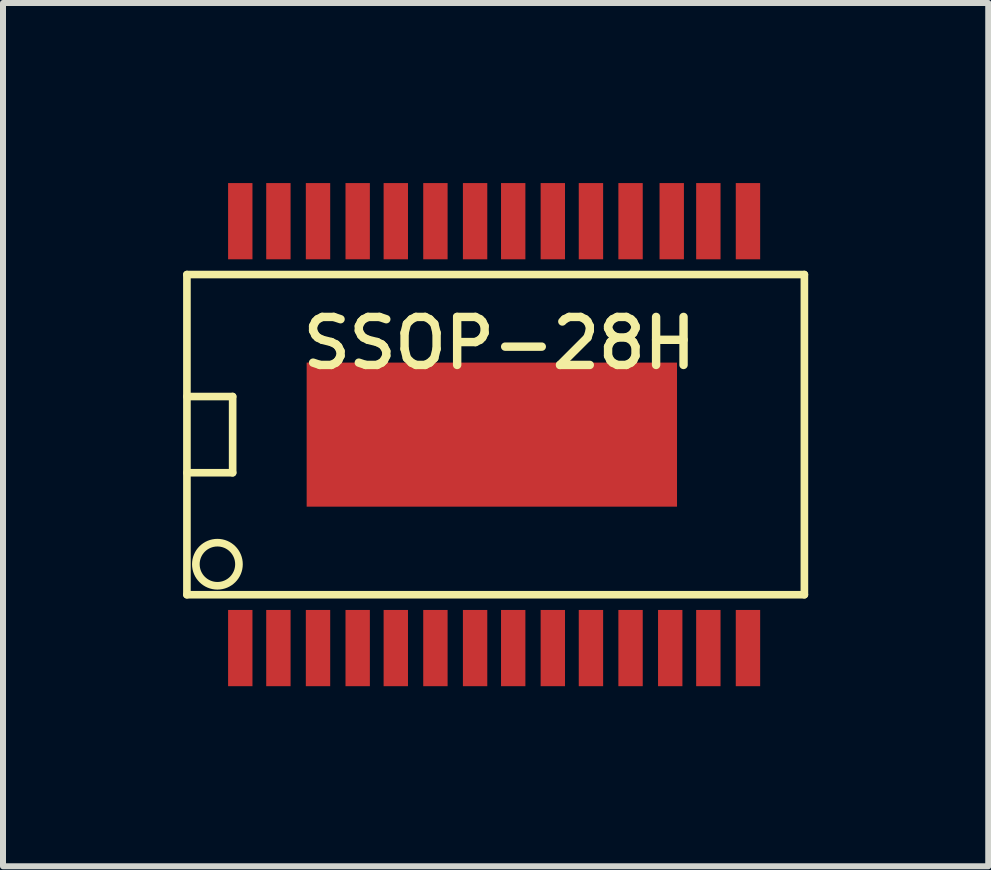
<source format=kicad_pcb>
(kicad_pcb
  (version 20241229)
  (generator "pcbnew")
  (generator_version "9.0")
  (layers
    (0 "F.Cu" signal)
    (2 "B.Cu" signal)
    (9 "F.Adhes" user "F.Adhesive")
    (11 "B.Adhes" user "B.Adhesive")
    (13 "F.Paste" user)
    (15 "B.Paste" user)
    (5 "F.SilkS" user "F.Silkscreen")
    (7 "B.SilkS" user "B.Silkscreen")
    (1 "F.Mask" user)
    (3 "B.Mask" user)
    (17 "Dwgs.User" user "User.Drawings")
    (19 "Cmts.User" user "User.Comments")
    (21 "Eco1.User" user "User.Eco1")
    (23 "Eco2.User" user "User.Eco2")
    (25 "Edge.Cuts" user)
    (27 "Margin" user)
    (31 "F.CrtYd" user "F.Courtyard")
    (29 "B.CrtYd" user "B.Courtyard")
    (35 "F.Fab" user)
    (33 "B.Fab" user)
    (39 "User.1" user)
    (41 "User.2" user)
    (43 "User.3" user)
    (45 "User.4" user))
  (footprint "SSOP-28H"
    (layer "F.Cu")
    (at 5.144 4.191)
    (property "Reference" "SSOP-28H" (at 0.127 -1.524 0) (layer "F.SilkS") (effects (font (size 0.8 0.8) (thickness 0.14))))
    (attr smd)
    (fp_line (start -5.08 -2.667) (end -5.08 2.667) (stroke (width 0.127) (type solid)) (layer "F.SilkS"))
    (fp_line (start -5.08 -2.667) (end 5.207 -2.667) (stroke (width 0.127) (type solid)) (layer "F.SilkS"))
    (fp_line (start -5.08 -0.635) (end -4.318 -0.635) (stroke (width 0.127) (type solid)) (layer "F.SilkS"))
    (fp_line (start -4.318 -0.635) (end -4.318 0.635) (stroke (width 0.127) (type solid)) (layer "F.SilkS"))
    (fp_line (start -4.318 0.635) (end -5.08 0.635) (stroke (width 0.127) (type solid)) (layer "F.SilkS"))
    (fp_line (start 5.207 -2.667) (end 5.207 2.667) (stroke (width 0.127) (type solid)) (layer "F.SilkS"))
    (fp_line (start 5.207 2.667) (end -5.08 2.667) (stroke (width 0.127) (type solid)) (layer "F.SilkS"))
    (fp_circle (center -4.572 2.159) (end -4.826 1.905) (stroke (width 0.127) (type solid)) (fill no) (layer "F.SilkS"))
    (pad "1" smd rect (at -4.191 3.556) (size 0.406 1.27) (layers "F.Cu" "F.Mask" "F.Paste"))
    (pad "2" smd rect (at -3.556 3.556) (size 0.406 1.27) (layers "F.Cu" "F.Mask" "F.Paste"))
    (pad "2" smd rect (at 0 0) (size 6.17 2.4) (layers "F.Cu" "F.Mask" "F.Paste"))
    (pad "3" smd rect (at -2.896 3.556) (size 0.406 1.27) (layers "F.Cu" "F.Mask" "F.Paste"))
    (pad "4" smd rect (at -2.235 3.556) (size 0.406 1.27) (layers "F.Cu" "F.Mask" "F.Paste"))
    (pad "5" smd rect (at -1.6 3.556) (size 0.406 1.27) (layers "F.Cu" "F.Mask" "F.Paste"))
    (pad "6" smd rect (at -0.94 3.556) (size 0.406 1.27) (layers "F.Cu" "F.Mask" "F.Paste"))
    (pad "7" smd rect (at -0.279 3.556) (size 0.406 1.27) (layers "F.Cu" "F.Mask" "F.Paste"))
    (pad "8" smd rect (at 0.356 3.556) (size 0.406 1.27) (layers "F.Cu" "F.Mask" "F.Paste"))
    (pad "9" smd rect (at 1.016 3.556) (size 0.406 1.27) (layers "F.Cu" "F.Mask" "F.Paste"))
    (pad "10" smd rect (at 1.651 3.556) (size 0.406 1.27) (layers "F.Cu" "F.Mask" "F.Paste"))
    (pad "11" smd rect (at 2.311 3.556) (size 0.406 1.27) (layers "F.Cu" "F.Mask" "F.Paste"))
    (pad "12" smd rect (at 2.972 3.556) (size 0.406 1.27) (layers "F.Cu" "F.Mask" "F.Paste"))
    (pad "13" smd rect (at 3.607 3.556) (size 0.406 1.27) (layers "F.Cu" "F.Mask" "F.Paste"))
    (pad "14" smd rect (at 4.267 3.556) (size 0.406 1.27) (layers "F.Cu" "F.Mask" "F.Paste"))
    (pad "15" smd rect (at 4.267 -3.556) (size 0.406 1.27) (layers "F.Cu" "F.Mask" "F.Paste"))
    (pad "16" smd rect (at 3.607 -3.556) (size 0.406 1.27) (layers "F.Cu" "F.Mask" "F.Paste"))
    (pad "17" smd rect (at 2.997 -3.556) (size 0.406 1.27) (layers "F.Cu" "F.Mask" "F.Paste"))
    (pad "18" smd rect (at 2.311 -3.556) (size 0.406 1.27) (layers "F.Cu" "F.Mask" "F.Paste"))
    (pad "19" smd rect (at 1.651 -3.556) (size 0.406 1.27) (layers "F.Cu" "F.Mask" "F.Paste"))
    (pad "20" smd rect (at 1.016 -3.556) (size 0.406 1.27) (layers "F.Cu" "F.Mask" "F.Paste"))
    (pad "21" smd rect (at 0.356 -3.556) (size 0.406 1.27) (layers "F.Cu" "F.Mask" "F.Paste"))
    (pad "22" smd rect (at -0.279 -3.556) (size 0.406 1.27) (layers "F.Cu" "F.Mask" "F.Paste"))
    (pad "23" smd rect (at -0.94 -3.556) (size 0.406 1.27) (layers "F.Cu" "F.Mask" "F.Paste"))
    (pad "24" smd rect (at -1.6 -3.556) (size 0.406 1.27) (layers "F.Cu" "F.Mask" "F.Paste"))
    (pad "25" smd rect (at -2.235 -3.556) (size 0.406 1.27) (layers "F.Cu" "F.Mask" "F.Paste"))
    (pad "26" smd rect (at -2.896 -3.556) (size 0.406 1.27) (layers "F.Cu" "F.Mask" "F.Paste"))
    (pad "27" smd rect (at -3.556 -3.556) (size 0.406 1.27) (layers "F.Cu" "F.Mask" "F.Paste"))
    (pad "28" smd rect (at -4.191 -3.556) (size 0.406 1.27) (layers "F.Cu" "F.Mask" "F.Paste")))
  (gr_rect
    (start -3 -3)
    (end 13.414 11.382)
    (stroke (width 0.1) (type default))
    (fill no)
    (layer "Edge.Cuts")))
</source>
